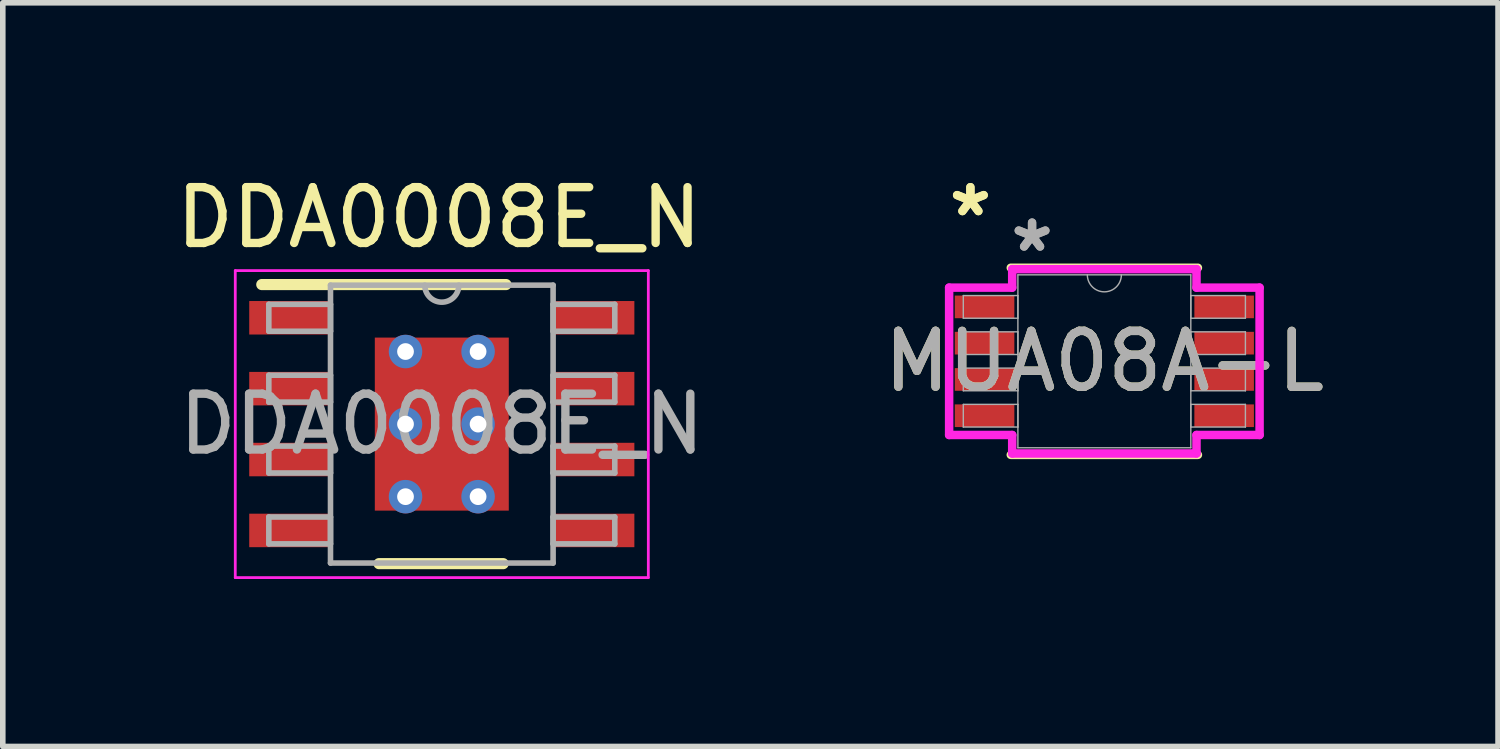
<source format=kicad_pcb>
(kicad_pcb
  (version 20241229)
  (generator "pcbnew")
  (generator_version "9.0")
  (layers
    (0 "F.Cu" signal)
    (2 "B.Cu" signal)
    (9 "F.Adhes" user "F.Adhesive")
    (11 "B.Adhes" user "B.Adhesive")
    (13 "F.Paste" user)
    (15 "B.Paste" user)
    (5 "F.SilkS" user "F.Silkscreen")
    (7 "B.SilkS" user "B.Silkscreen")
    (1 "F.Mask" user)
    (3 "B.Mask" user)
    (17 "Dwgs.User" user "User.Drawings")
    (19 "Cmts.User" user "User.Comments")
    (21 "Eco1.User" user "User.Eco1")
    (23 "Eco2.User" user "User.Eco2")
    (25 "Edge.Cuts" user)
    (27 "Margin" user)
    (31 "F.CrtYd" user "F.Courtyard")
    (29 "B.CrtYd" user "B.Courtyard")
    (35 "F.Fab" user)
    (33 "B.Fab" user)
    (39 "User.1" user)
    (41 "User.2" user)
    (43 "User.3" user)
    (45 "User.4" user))
  (footprint "MUA08A-L"
    (layer "F.Cu")
    (at 16.735 3.423)
    (property "Reference" "MUA08A-L" (at 0 0 0) (unlocked yes) (layer "F.SilkS") (effects (font (size 1 1) (thickness 0.15))))
    (attr smd)
    (fp_line (start -1.676 1.676) (end 1.676 1.676) (stroke (width 0.152) (type solid)) (layer "F.SilkS"))
    (fp_line (start 1.676 -1.676) (end -1.676 -1.676) (stroke (width 0.152) (type solid)) (layer "F.SilkS"))
    (fp_line (start -2.781 -1.32) (end -1.651 -1.32) (stroke (width 0.152) (type solid)) (layer "F.CrtYd"))
    (fp_line (start -2.781 1.32) (end -2.781 -1.32) (stroke (width 0.152) (type solid)) (layer "F.CrtYd"))
    (fp_line (start -2.781 1.32) (end -1.651 1.32) (stroke (width 0.152) (type solid)) (layer "F.CrtYd"))
    (fp_line (start -1.651 -1.651) (end 1.651 -1.651) (stroke (width 0.152) (type solid)) (layer "F.CrtYd"))
    (fp_line (start -1.651 -1.32) (end -1.651 -1.651) (stroke (width 0.152) (type solid)) (layer "F.CrtYd"))
    (fp_line (start -1.651 1.651) (end -1.651 1.32) (stroke (width 0.152) (type solid)) (layer "F.CrtYd"))
    (fp_line (start 1.651 -1.651) (end 1.651 -1.32) (stroke (width 0.152) (type solid)) (layer "F.CrtYd"))
    (fp_line (start 1.651 1.32) (end 1.651 1.651) (stroke (width 0.152) (type solid)) (layer "F.CrtYd"))
    (fp_line (start 1.651 1.651) (end -1.651 1.651) (stroke (width 0.152) (type solid)) (layer "F.CrtYd"))
    (fp_line (start 2.781 -1.32) (end 1.651 -1.32) (stroke (width 0.152) (type solid)) (layer "F.CrtYd"))
    (fp_line (start 2.781 -1.32) (end 2.781 1.32) (stroke (width 0.152) (type solid)) (layer "F.CrtYd"))
    (fp_line (start 2.781 1.32) (end 1.651 1.32) (stroke (width 0.152) (type solid)) (layer "F.CrtYd"))
    (fp_line (start -2.527 -1.178) (end -2.527 -0.772) (stroke (width 0.025) (type solid)) (layer "F.Fab"))
    (fp_line (start -2.527 -0.772) (end -1.549 -0.772) (stroke (width 0.025) (type solid)) (layer "F.Fab"))
    (fp_line (start -2.527 -0.528) (end -2.527 -0.122) (stroke (width 0.025) (type solid)) (layer "F.Fab"))
    (fp_line (start -2.527 -0.122) (end -1.549 -0.122) (stroke (width 0.025) (type solid)) (layer "F.Fab"))
    (fp_line (start -2.527 0.122) (end -2.527 0.528) (stroke (width 0.025) (type solid)) (layer "F.Fab"))
    (fp_line (start -2.527 0.528) (end -1.549 0.528) (stroke (width 0.025) (type solid)) (layer "F.Fab"))
    (fp_line (start -2.527 0.772) (end -2.527 1.178) (stroke (width 0.025) (type solid)) (layer "F.Fab"))
    (fp_line (start -2.527 1.178) (end -1.549 1.178) (stroke (width 0.025) (type solid)) (layer "F.Fab"))
    (fp_line (start -1.549 -1.549) (end -1.549 1.549) (stroke (width 0.025) (type solid)) (layer "F.Fab"))
    (fp_line (start -1.549 -1.178) (end -2.527 -1.178) (stroke (width 0.025) (type solid)) (layer "F.Fab"))
    (fp_line (start -1.549 -0.772) (end -1.549 -1.178) (stroke (width 0.025) (type solid)) (layer "F.Fab"))
    (fp_line (start -1.549 -0.528) (end -2.527 -0.528) (stroke (width 0.025) (type solid)) (layer "F.Fab"))
    (fp_line (start -1.549 -0.122) (end -1.549 -0.528) (stroke (width 0.025) (type solid)) (layer "F.Fab"))
    (fp_line (start -1.549 0.122) (end -2.527 0.122) (stroke (width 0.025) (type solid)) (layer "F.Fab"))
    (fp_line (start -1.549 0.528) (end -1.549 0.122) (stroke (width 0.025) (type solid)) (layer "F.Fab"))
    (fp_line (start -1.549 0.772) (end -2.527 0.772) (stroke (width 0.025) (type solid)) (layer "F.Fab"))
    (fp_line (start -1.549 1.178) (end -1.549 0.772) (stroke (width 0.025) (type solid)) (layer "F.Fab"))
    (fp_line (start -1.549 1.549) (end 1.549 1.549) (stroke (width 0.025) (type solid)) (layer "F.Fab"))
    (fp_line (start 1.549 -1.549) (end -1.549 -1.549) (stroke (width 0.025) (type solid)) (layer "F.Fab"))
    (fp_line (start 1.549 -1.178) (end 1.549 -0.772) (stroke (width 0.025) (type solid)) (layer "F.Fab"))
    (fp_line (start 1.549 -0.772) (end 2.527 -0.772) (stroke (width 0.025) (type solid)) (layer "F.Fab"))
    (fp_line (start 1.549 -0.528) (end 1.549 -0.122) (stroke (width 0.025) (type solid)) (layer "F.Fab"))
    (fp_line (start 1.549 -0.122) (end 2.527 -0.122) (stroke (width 0.025) (type solid)) (layer "F.Fab"))
    (fp_line (start 1.549 0.122) (end 1.549 0.528) (stroke (width 0.025) (type solid)) (layer "F.Fab"))
    (fp_line (start 1.549 0.528) (end 2.527 0.528) (stroke (width 0.025) (type solid)) (layer "F.Fab"))
    (fp_line (start 1.549 0.772) (end 1.549 1.178) (stroke (width 0.025) (type solid)) (layer "F.Fab"))
    (fp_line (start 1.549 1.178) (end 2.527 1.178) (stroke (width 0.025) (type solid)) (layer "F.Fab"))
    (fp_line (start 1.549 1.549) (end 1.549 -1.549) (stroke (width 0.025) (type solid)) (layer "F.Fab"))
    (fp_line (start 2.527 -1.178) (end 1.549 -1.178) (stroke (width 0.025) (type solid)) (layer "F.Fab"))
    (fp_line (start 2.527 -0.772) (end 2.527 -1.178) (stroke (width 0.025) (type solid)) (layer "F.Fab"))
    (fp_line (start 2.527 -0.528) (end 1.549 -0.528) (stroke (width 0.025) (type solid)) (layer "F.Fab"))
    (fp_line (start 2.527 -0.122) (end 2.527 -0.528) (stroke (width 0.025) (type solid)) (layer "F.Fab"))
    (fp_line (start 2.527 0.122) (end 1.549 0.122) (stroke (width 0.025) (type solid)) (layer "F.Fab"))
    (fp_line (start 2.527 0.528) (end 2.527 0.122) (stroke (width 0.025) (type solid)) (layer "F.Fab"))
    (fp_line (start 2.527 0.772) (end 1.549 0.772) (stroke (width 0.025) (type solid)) (layer "F.Fab"))
    (fp_line (start 2.527 1.178) (end 2.527 0.772) (stroke (width 0.025) (type solid)) (layer "F.Fab"))
    (fp_arc (start 0.3048 -1.5494) (mid 0 -1.2446) (end -0.3048 -1.5494) (stroke (width 0.0254) (type solid)) (layer "F.Fab"))
    (fp_text user "*" (at -2.4 -2.575 0) (layer "F.SilkS") (effects (font (size 1 1) (thickness 0.15))))
    (fp_text user "*" (at -2.4 -2.575 0) (unlocked yes) (layer "F.SilkS") (effects (font (size 1 1) (thickness 0.15))))
    (fp_text user "*" (at -1.295 -1.94 0) (unlocked yes) (layer "F.Fab") (effects (font (size 1 1) (thickness 0.15))))
    (fp_text user "${REFERENCE}" (at 0 0 0) (unlocked yes) (layer "F.Fab") (effects (font (size 1 1) (thickness 0.15))))
    (fp_text user "*" (at -1.295 -1.94 0) (layer "F.Fab") (effects (font (size 1 1) (thickness 0.15))))
    (pad "1" smd rect (at -2.146 -0.975) (size 1.067 0.406) (layers "F.Cu" "F.Mask" "F.Paste"))
    (pad "2" smd rect (at -2.146 -0.325) (size 1.067 0.406) (layers "F.Cu" "F.Mask" "F.Paste"))
    (pad "3" smd rect (at -2.146 0.325) (size 1.067 0.406) (layers "F.Cu" "F.Mask" "F.Paste"))
    (pad "4" smd rect (at -2.146 0.975) (size 1.067 0.406) (layers "F.Cu" "F.Mask" "F.Paste"))
    (pad "5" smd rect (at 2.146 0.975) (size 1.067 0.406) (layers "F.Cu" "F.Mask" "F.Paste"))
    (pad "6" smd rect (at 2.146 0.325) (size 1.067 0.406) (layers "F.Cu" "F.Mask" "F.Paste"))
    (pad "7" smd rect (at 2.146 -0.325) (size 1.067 0.406) (layers "F.Cu" "F.Mask" "F.Paste"))
    (pad "8" smd rect (at 2.146 -0.975) (size 1.067 0.406) (layers "F.Cu" "F.Mask" "F.Paste")))
  (footprint "DDA0008E_N"
    (layer "F.Cu")
    (at 4.865 4.548)
    (property "Reference" "DDA0008E_N" (at -0.05 -3.7 0) (unlocked yes) (layer "F.SilkS") (effects (font (size 1 1) (thickness 0.15))))
    (attr smd)
    (fp_line (start -3.225 -2.5) (end 1.15 -2.5) (stroke (width 0.2) (type solid)) (layer "F.SilkS"))
    (fp_line (start -1.125 2.5) (end 1.1 2.5) (stroke (width 0.2) (type solid)) (layer "F.SilkS"))
    (fp_line (start -3.7 -2.75) (end 3.7 -2.75) (stroke (width 0.05) (type solid)) (layer "F.CrtYd"))
    (fp_line (start -3.7 2.75) (end -3.7 -2.75) (stroke (width 0.05) (type solid)) (layer "F.CrtYd"))
    (fp_line (start -3.7 2.75) (end 3.7 2.75) (stroke (width 0.05) (type solid)) (layer "F.CrtYd"))
    (fp_line (start 3.7 2.75) (end 3.7 -2.75) (stroke (width 0.05) (type solid)) (layer "F.CrtYd"))
    (fp_line (start -3.099 -2.146) (end -1.994 -2.146) (stroke (width 0.1) (type solid)) (layer "F.Fab"))
    (fp_line (start -3.099 -1.664) (end -3.099 -2.146) (stroke (width 0.1) (type solid)) (layer "F.Fab"))
    (fp_line (start -3.099 -1.664) (end -1.994 -1.664) (stroke (width 0.1) (type solid)) (layer "F.Fab"))
    (fp_line (start -3.099 -0.876) (end -1.994 -0.876) (stroke (width 0.1) (type solid)) (layer "F.Fab"))
    (fp_line (start -3.099 -0.394) (end -3.099 -0.876) (stroke (width 0.1) (type solid)) (layer "F.Fab"))
    (fp_line (start -3.099 -0.394) (end -1.994 -0.394) (stroke (width 0.1) (type solid)) (layer "F.Fab"))
    (fp_line (start -3.099 0.394) (end -1.994 0.394) (stroke (width 0.1) (type solid)) (layer "F.Fab"))
    (fp_line (start -3.099 0.876) (end -3.099 0.394) (stroke (width 0.1) (type solid)) (layer "F.Fab"))
    (fp_line (start -3.099 0.876) (end -1.994 0.876) (stroke (width 0.1) (type solid)) (layer "F.Fab"))
    (fp_line (start -3.099 1.664) (end -1.994 1.664) (stroke (width 0.1) (type solid)) (layer "F.Fab"))
    (fp_line (start -3.099 2.146) (end -3.099 1.664) (stroke (width 0.1) (type solid)) (layer "F.Fab"))
    (fp_line (start -3.099 2.146) (end -1.994 2.146) (stroke (width 0.1) (type solid)) (layer "F.Fab"))
    (fp_line (start -1.994 -2.489) (end 1.994 -2.489) (stroke (width 0.1) (type solid)) (layer "F.Fab"))
    (fp_line (start -1.994 -1.664) (end -1.994 -2.146) (stroke (width 0.1) (type solid)) (layer "F.Fab"))
    (fp_line (start -1.994 -0.394) (end -1.994 -0.876) (stroke (width 0.1) (type solid)) (layer "F.Fab"))
    (fp_line (start -1.994 0.876) (end -1.994 0.394) (stroke (width 0.1) (type solid)) (layer "F.Fab"))
    (fp_line (start -1.994 2.146) (end -1.994 1.664) (stroke (width 0.1) (type solid)) (layer "F.Fab"))
    (fp_line (start -1.994 2.489) (end -1.994 -2.489) (stroke (width 0.1) (type solid)) (layer "F.Fab"))
    (fp_line (start -1.994 2.489) (end 1.994 2.489) (stroke (width 0.1) (type solid)) (layer "F.Fab"))
    (fp_line (start 1.994 -2.146) (end 3.099 -2.146) (stroke (width 0.1) (type solid)) (layer "F.Fab"))
    (fp_line (start 1.994 -1.664) (end 1.994 -2.146) (stroke (width 0.1) (type solid)) (layer "F.Fab"))
    (fp_line (start 1.994 -1.664) (end 3.099 -1.664) (stroke (width 0.1) (type solid)) (layer "F.Fab"))
    (fp_line (start 1.994 -0.876) (end 3.099 -0.876) (stroke (width 0.1) (type solid)) (layer "F.Fab"))
    (fp_line (start 1.994 -0.394) (end 1.994 -0.876) (stroke (width 0.1) (type solid)) (layer "F.Fab"))
    (fp_line (start 1.994 -0.394) (end 3.099 -0.394) (stroke (width 0.1) (type solid)) (layer "F.Fab"))
    (fp_line (start 1.994 0.394) (end 3.099 0.394) (stroke (width 0.1) (type solid)) (layer "F.Fab"))
    (fp_line (start 1.994 0.876) (end 1.994 0.394) (stroke (width 0.1) (type solid)) (layer "F.Fab"))
    (fp_line (start 1.994 0.876) (end 3.099 0.876) (stroke (width 0.1) (type solid)) (layer "F.Fab"))
    (fp_line (start 1.994 1.664) (end 3.099 1.664) (stroke (width 0.1) (type solid)) (layer "F.Fab"))
    (fp_line (start 1.994 2.146) (end 1.994 1.664) (stroke (width 0.1) (type solid)) (layer "F.Fab"))
    (fp_line (start 1.994 2.146) (end 3.099 2.146) (stroke (width 0.1) (type solid)) (layer "F.Fab"))
    (fp_line (start 1.994 2.489) (end 1.994 -2.489) (stroke (width 0.1) (type solid)) (layer "F.Fab"))
    (fp_line (start 3.099 -1.664) (end 3.099 -2.146) (stroke (width 0.1) (type solid)) (layer "F.Fab"))
    (fp_line (start 3.099 -0.394) (end 3.099 -0.876) (stroke (width 0.1) (type solid)) (layer "F.Fab"))
    (fp_line (start 3.099 0.876) (end 3.099 0.394) (stroke (width 0.1) (type solid)) (layer "F.Fab"))
    (fp_line (start 3.099 2.146) (end 3.099 1.664) (stroke (width 0.1) (type solid)) (layer "F.Fab"))
    (fp_arc (start 0.3048 -2.4892) (mid 0 -2.1844) (end -0.3048 -2.4892) (stroke (width 0.1) (type solid)) (layer "F.Fab"))
    (fp_text user "${REFERENCE}" (at 0 0 0) (unlocked yes) (layer "F.Fab") (effects (font (size 1 1) (thickness 0.15))))
    (pad "1" smd rect (at -2.725 -1.905 90) (size 0.6 1.45) (layers "F.Cu" "F.Mask" "F.Paste"))
    (pad "2" smd rect (at -2.725 -0.635 90) (size 0.6 1.45) (layers "F.Cu" "F.Mask" "F.Paste"))
    (pad "3" smd rect (at -2.725 0.635 90) (size 0.6 1.45) (layers "F.Cu" "F.Mask" "F.Paste"))
    (pad "4" smd rect (at -2.725 1.905 90) (size 0.6 1.45) (layers "F.Cu" "F.Mask" "F.Paste"))
    (pad "5" smd rect (at 2.725 1.905 90) (size 0.6 1.45) (layers "F.Cu" "F.Mask" "F.Paste"))
    (pad "6" smd rect (at 2.725 0.635 90) (size 0.6 1.45) (layers "F.Cu" "F.Mask" "F.Paste"))
    (pad "7" smd rect (at 2.725 -0.635 90) (size 0.6 1.45) (layers "F.Cu" "F.Mask" "F.Paste"))
    (pad "8" smd rect (at 2.725 -1.905 90) (size 0.6 1.45) (layers "F.Cu" "F.Mask" "F.Paste"))
    (pad "9" thru_hole circle (at -0.65 -1.3) (size 0.6 0.6) (drill 0.3) (layers "*.Cu" "*.Mask"))
    (pad "9" thru_hole circle (at -0.65 0) (size 0.6 0.6) (drill 0.3) (layers "*.Cu" "*.Mask"))
    (pad "9" thru_hole circle (at -0.65 1.3) (size 0.6 0.6) (drill 0.3) (layers "*.Cu" "*.Mask"))
    (pad "9" smd rect (at 0 0) (size 2.4 3.1) (layers "F.Cu" "F.Mask" "F.Paste"))
    (pad "9" thru_hole circle (at 0.65 -1.3) (size 0.6 0.6) (drill 0.3) (layers "*.Cu" "*.Mask"))
    (pad "9" thru_hole circle (at 0.65 0) (size 0.6 0.6) (drill 0.3) (layers "*.Cu" "*.Mask"))
    (pad "9" thru_hole circle (at 0.65 1.3) (size 0.6 0.6) (drill 0.3) (layers "*.Cu" "*.Mask")))
  (gr_rect
    (start -3 -3)
    (end 23.788 10.323)
    (stroke (width 0.1) (type default))
    (fill no)
    (layer "Edge.Cuts")))
</source>
